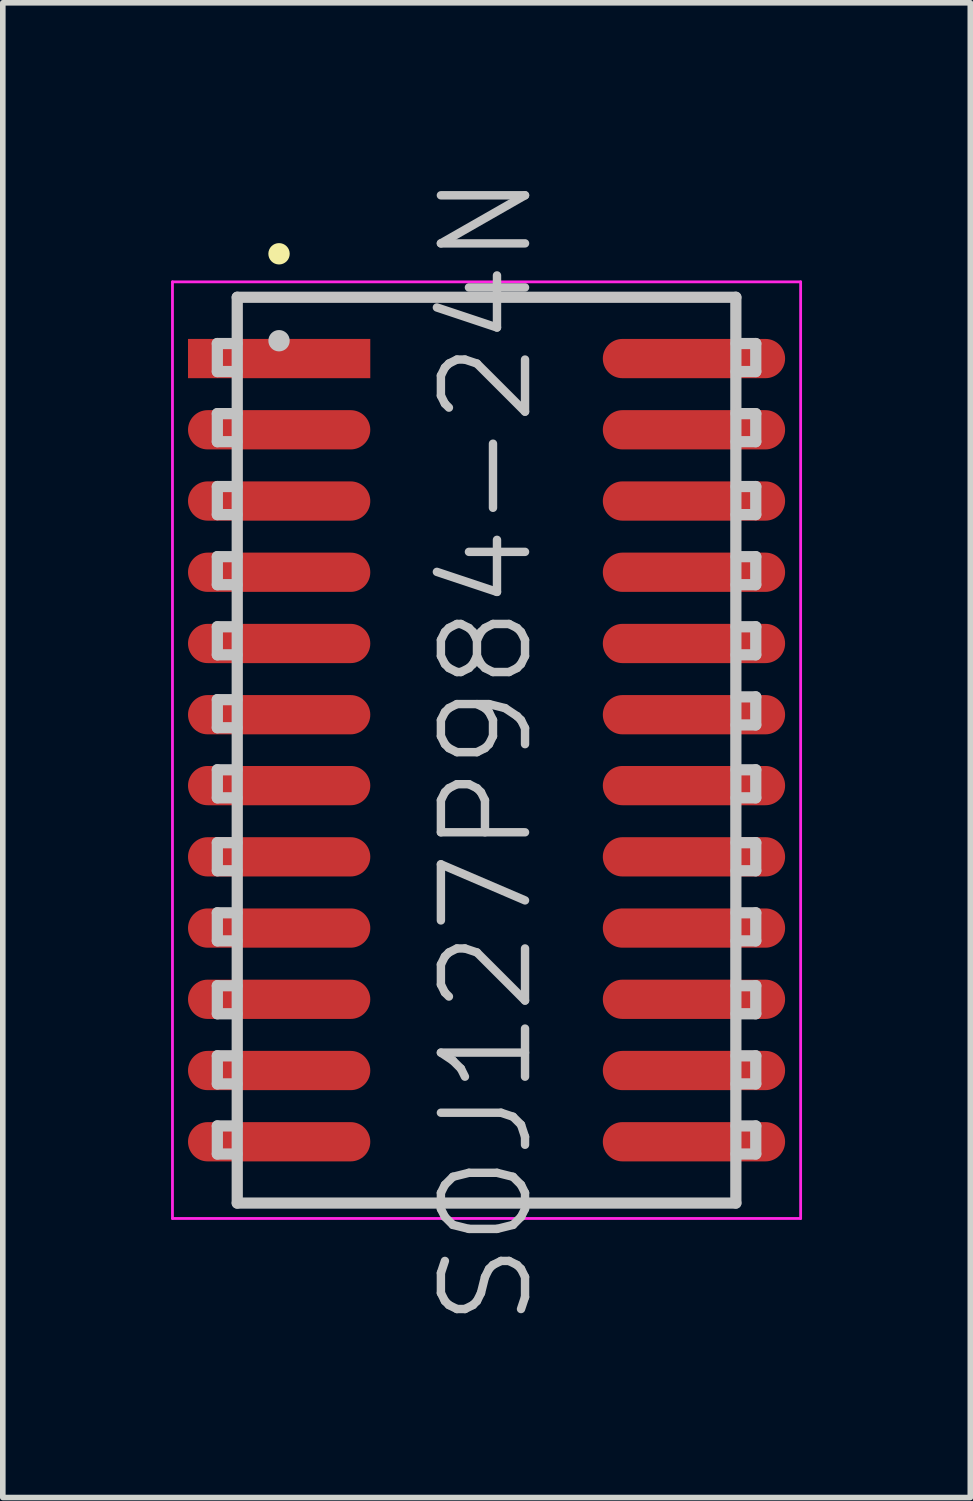
<source format=kicad_pcb>
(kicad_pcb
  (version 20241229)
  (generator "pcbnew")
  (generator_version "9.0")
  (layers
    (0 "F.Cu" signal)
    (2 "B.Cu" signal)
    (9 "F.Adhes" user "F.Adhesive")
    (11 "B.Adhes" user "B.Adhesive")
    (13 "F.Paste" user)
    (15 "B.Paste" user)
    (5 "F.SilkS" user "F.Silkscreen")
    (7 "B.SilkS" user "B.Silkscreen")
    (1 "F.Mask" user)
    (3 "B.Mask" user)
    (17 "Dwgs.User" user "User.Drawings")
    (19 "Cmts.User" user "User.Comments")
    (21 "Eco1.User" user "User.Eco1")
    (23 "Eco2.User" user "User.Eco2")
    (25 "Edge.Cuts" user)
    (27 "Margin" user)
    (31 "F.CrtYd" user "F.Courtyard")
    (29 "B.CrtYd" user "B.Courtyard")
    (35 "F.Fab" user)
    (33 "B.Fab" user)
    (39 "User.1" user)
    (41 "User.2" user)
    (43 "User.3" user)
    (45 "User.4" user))
  (footprint "SOJ127P984-24N"
    (layer "F.Cu")
    (at 5.625 10.325)
    (property "Reference" "SOJ127P984-24N" (at 0 0 90) (layer "Dwgs.User") (effects (font (size 1.5 1.5) (thickness 0.15))))
    (attr smd)
    (fp_line (start -3.7 -8.85) (end -3.7 -8.85) (stroke (width 0.381) (type solid)) (layer "F.SilkS"))
    (fp_line (start -4.8 -7.25) (end -4.8 -6.75) (stroke (width 0.2) (type solid)) (layer "Dwgs.User"))
    (fp_line (start -4.8 -6.75) (end -4.45 -6.75) (stroke (width 0.2) (type solid)) (layer "Dwgs.User"))
    (fp_line (start -4.8 -6) (end -4.8 -5.5) (stroke (width 0.2) (type solid)) (layer "Dwgs.User"))
    (fp_line (start -4.8 -5.5) (end -4.45 -5.5) (stroke (width 0.2) (type solid)) (layer "Dwgs.User"))
    (fp_line (start -4.8 -4.7) (end -4.8 -4.2) (stroke (width 0.2) (type solid)) (layer "Dwgs.User"))
    (fp_line (start -4.8 -4.2) (end -4.45 -4.2) (stroke (width 0.2) (type solid)) (layer "Dwgs.User"))
    (fp_line (start -4.8 -3.45) (end -4.8 -2.95) (stroke (width 0.2) (type solid)) (layer "Dwgs.User"))
    (fp_line (start -4.8 -2.95) (end -4.45 -2.95) (stroke (width 0.2) (type solid)) (layer "Dwgs.User"))
    (fp_line (start -4.8 -2.2) (end -4.8 -1.7) (stroke (width 0.2) (type solid)) (layer "Dwgs.User"))
    (fp_line (start -4.8 -1.7) (end -4.45 -1.7) (stroke (width 0.2) (type solid)) (layer "Dwgs.User"))
    (fp_line (start -4.8 -0.9) (end -4.8 -0.4) (stroke (width 0.2) (type solid)) (layer "Dwgs.User"))
    (fp_line (start -4.8 -0.4) (end -4.45 -0.4) (stroke (width 0.2) (type solid)) (layer "Dwgs.User"))
    (fp_line (start -4.8 0.35) (end -4.8 0.85) (stroke (width 0.2) (type solid)) (layer "Dwgs.User"))
    (fp_line (start -4.8 0.85) (end -4.45 0.85) (stroke (width 0.2) (type solid)) (layer "Dwgs.User"))
    (fp_line (start -4.8 1.65) (end -4.8 2.15) (stroke (width 0.2) (type solid)) (layer "Dwgs.User"))
    (fp_line (start -4.8 2.15) (end -4.45 2.15) (stroke (width 0.2) (type solid)) (layer "Dwgs.User"))
    (fp_line (start -4.8 2.9) (end -4.8 3.4) (stroke (width 0.2) (type solid)) (layer "Dwgs.User"))
    (fp_line (start -4.8 3.4) (end -4.45 3.4) (stroke (width 0.2) (type solid)) (layer "Dwgs.User"))
    (fp_line (start -4.8 4.2) (end -4.8 4.7) (stroke (width 0.2) (type solid)) (layer "Dwgs.User"))
    (fp_line (start -4.8 4.7) (end -4.45 4.7) (stroke (width 0.2) (type solid)) (layer "Dwgs.User"))
    (fp_line (start -4.8 5.45) (end -4.8 5.95) (stroke (width 0.2) (type solid)) (layer "Dwgs.User"))
    (fp_line (start -4.8 5.95) (end -4.45 5.95) (stroke (width 0.2) (type solid)) (layer "Dwgs.User"))
    (fp_line (start -4.8 6.7) (end -4.8 7.2) (stroke (width 0.2) (type solid)) (layer "Dwgs.User"))
    (fp_line (start -4.8 7.2) (end -4.45 7.2) (stroke (width 0.2) (type solid)) (layer "Dwgs.User"))
    (fp_line (start -4.45 -7.25) (end -4.8 -7.25) (stroke (width 0.2) (type solid)) (layer "Dwgs.User"))
    (fp_line (start -4.45 -6) (end -4.8 -6) (stroke (width 0.2) (type solid)) (layer "Dwgs.User"))
    (fp_line (start -4.45 -4.7) (end -4.8 -4.7) (stroke (width 0.2) (type solid)) (layer "Dwgs.User"))
    (fp_line (start -4.45 -3.45) (end -4.8 -3.45) (stroke (width 0.2) (type solid)) (layer "Dwgs.User"))
    (fp_line (start -4.45 -2.2) (end -4.8 -2.2) (stroke (width 0.2) (type solid)) (layer "Dwgs.User"))
    (fp_line (start -4.45 -0.9) (end -4.8 -0.9) (stroke (width 0.2) (type solid)) (layer "Dwgs.User"))
    (fp_line (start -4.45 0.35) (end -4.8 0.35) (stroke (width 0.2) (type solid)) (layer "Dwgs.User"))
    (fp_line (start -4.45 1.65) (end -4.8 1.65) (stroke (width 0.2) (type solid)) (layer "Dwgs.User"))
    (fp_line (start -4.45 2.9) (end -4.8 2.9) (stroke (width 0.2) (type solid)) (layer "Dwgs.User"))
    (fp_line (start -4.45 4.2) (end -4.8 4.2) (stroke (width 0.2) (type solid)) (layer "Dwgs.User"))
    (fp_line (start -4.45 5.45) (end -4.8 5.45) (stroke (width 0.2) (type solid)) (layer "Dwgs.User"))
    (fp_line (start -4.45 6.7) (end -4.8 6.7) (stroke (width 0.2) (type solid)) (layer "Dwgs.User"))
    (fp_line (start -4.445 -8.075) (end -4.445 8.075) (stroke (width 0.2) (type solid)) (layer "Dwgs.User"))
    (fp_line (start -4.445 -8.075) (end 4.445 -8.075) (stroke (width 0.2) (type solid)) (layer "Dwgs.User"))
    (fp_line (start -4.445 8.075) (end 4.445 8.075) (stroke (width 0.2) (type solid)) (layer "Dwgs.User"))
    (fp_line (start -3.7 -7.3) (end -3.7 -7.3) (stroke (width 0.381) (type solid)) (layer "Dwgs.User"))
    (fp_line (start 4.445 -8.075) (end 4.445 8.075) (stroke (width 0.2) (type solid)) (layer "Dwgs.User"))
    (fp_line (start 4.45 -7.25) (end 4.8 -7.25) (stroke (width 0.2) (type solid)) (layer "Dwgs.User"))
    (fp_line (start 4.45 -6) (end 4.8 -6) (stroke (width 0.2) (type solid)) (layer "Dwgs.User"))
    (fp_line (start 4.45 -4.7) (end 4.8 -4.7) (stroke (width 0.2) (type solid)) (layer "Dwgs.User"))
    (fp_line (start 4.45 -3.45) (end 4.8 -3.45) (stroke (width 0.2) (type solid)) (layer "Dwgs.User"))
    (fp_line (start 4.45 -2.2) (end 4.8 -2.2) (stroke (width 0.2) (type solid)) (layer "Dwgs.User"))
    (fp_line (start 4.45 -0.95) (end 4.8 -0.95) (stroke (width 0.2) (type solid)) (layer "Dwgs.User"))
    (fp_line (start 4.45 0.35) (end 4.8 0.35) (stroke (width 0.2) (type solid)) (layer "Dwgs.User"))
    (fp_line (start 4.45 1.65) (end 4.8 1.65) (stroke (width 0.2) (type solid)) (layer "Dwgs.User"))
    (fp_line (start 4.45 2.9) (end 4.8 2.9) (stroke (width 0.2) (type solid)) (layer "Dwgs.User"))
    (fp_line (start 4.45 4.2) (end 4.8 4.2) (stroke (width 0.2) (type solid)) (layer "Dwgs.User"))
    (fp_line (start 4.45 5.45) (end 4.8 5.45) (stroke (width 0.2) (type solid)) (layer "Dwgs.User"))
    (fp_line (start 4.45 6.7) (end 4.8 6.7) (stroke (width 0.2) (type solid)) (layer "Dwgs.User"))
    (fp_line (start 4.8 -7.25) (end 4.8 -6.75) (stroke (width 0.2) (type solid)) (layer "Dwgs.User"))
    (fp_line (start 4.8 -6.75) (end 4.45 -6.75) (stroke (width 0.2) (type solid)) (layer "Dwgs.User"))
    (fp_line (start 4.8 -6) (end 4.8 -5.5) (stroke (width 0.2) (type solid)) (layer "Dwgs.User"))
    (fp_line (start 4.8 -5.5) (end 4.45 -5.5) (stroke (width 0.2) (type solid)) (layer "Dwgs.User"))
    (fp_line (start 4.8 -4.7) (end 4.8 -4.2) (stroke (width 0.2) (type solid)) (layer "Dwgs.User"))
    (fp_line (start 4.8 -4.2) (end 4.45 -4.2) (stroke (width 0.2) (type solid)) (layer "Dwgs.User"))
    (fp_line (start 4.8 -3.45) (end 4.8 -2.95) (stroke (width 0.2) (type solid)) (layer "Dwgs.User"))
    (fp_line (start 4.8 -2.95) (end 4.45 -2.95) (stroke (width 0.2) (type solid)) (layer "Dwgs.User"))
    (fp_line (start 4.8 -2.2) (end 4.8 -1.7) (stroke (width 0.2) (type solid)) (layer "Dwgs.User"))
    (fp_line (start 4.8 -1.7) (end 4.45 -1.7) (stroke (width 0.2) (type solid)) (layer "Dwgs.User"))
    (fp_line (start 4.8 -0.95) (end 4.8 -0.45) (stroke (width 0.2) (type solid)) (layer "Dwgs.User"))
    (fp_line (start 4.8 -0.45) (end 4.45 -0.45) (stroke (width 0.2) (type solid)) (layer "Dwgs.User"))
    (fp_line (start 4.8 0.35) (end 4.8 0.85) (stroke (width 0.2) (type solid)) (layer "Dwgs.User"))
    (fp_line (start 4.8 0.85) (end 4.45 0.85) (stroke (width 0.2) (type solid)) (layer "Dwgs.User"))
    (fp_line (start 4.8 1.65) (end 4.8 2.15) (stroke (width 0.2) (type solid)) (layer "Dwgs.User"))
    (fp_line (start 4.8 2.15) (end 4.45 2.15) (stroke (width 0.2) (type solid)) (layer "Dwgs.User"))
    (fp_line (start 4.8 2.9) (end 4.8 3.4) (stroke (width 0.2) (type solid)) (layer "Dwgs.User"))
    (fp_line (start 4.8 3.4) (end 4.45 3.4) (stroke (width 0.2) (type solid)) (layer "Dwgs.User"))
    (fp_line (start 4.8 4.2) (end 4.8 4.7) (stroke (width 0.2) (type solid)) (layer "Dwgs.User"))
    (fp_line (start 4.8 4.7) (end 4.45 4.7) (stroke (width 0.2) (type solid)) (layer "Dwgs.User"))
    (fp_line (start 4.8 5.45) (end 4.8 5.95) (stroke (width 0.2) (type solid)) (layer "Dwgs.User"))
    (fp_line (start 4.8 5.95) (end 4.45 5.95) (stroke (width 0.2) (type solid)) (layer "Dwgs.User"))
    (fp_line (start 4.8 6.7) (end 4.8 7.2) (stroke (width 0.2) (type solid)) (layer "Dwgs.User"))
    (fp_line (start 4.8 7.2) (end 4.45 7.2) (stroke (width 0.2) (type solid)) (layer "Dwgs.User"))
    (fp_line (start -5.6 -8.35) (end -5.6 8.35) (stroke (width 0.05) (type solid)) (layer "F.CrtYd"))
    (fp_line (start -5.6 -8.35) (end 5.6 -8.35) (stroke (width 0.05) (type solid)) (layer "F.CrtYd"))
    (fp_line (start -5.6 8.35) (end 5.6 8.35) (stroke (width 0.05) (type solid)) (layer "F.CrtYd"))
    (fp_line (start 5.6 -8.35) (end 5.6 8.35) (stroke (width 0.05) (type solid)) (layer "F.CrtYd"))
    (pad "1" smd rect (at -3.698 -6.982 90) (size 0.7 3.25) (layers "F.Cu" "F.Mask" "F.Paste"))
    (pad "2" smd oval (at -3.698 -5.712 90) (size 0.7 3.25) (layers "F.Cu" "F.Mask" "F.Paste"))
    (pad "3" smd oval (at -3.698 -4.442 90) (size 0.7 3.25) (layers "F.Cu" "F.Mask" "F.Paste"))
    (pad "4" smd oval (at -3.698 -3.172 90) (size 0.7 3.25) (layers "F.Cu" "F.Mask" "F.Paste"))
    (pad "5" smd oval (at -3.698 -1.902 90) (size 0.7 3.25) (layers "F.Cu" "F.Mask" "F.Paste"))
    (pad "6" smd oval (at -3.698 -0.632 90) (size 0.7 3.25) (layers "F.Cu" "F.Mask" "F.Paste"))
    (pad "7" smd oval (at -3.698 0.632 90) (size 0.7 3.25) (layers "F.Cu" "F.Mask" "F.Paste"))
    (pad "8" smd oval (at -3.698 1.902 90) (size 0.7 3.25) (layers "F.Cu" "F.Mask" "F.Paste"))
    (pad "9" smd oval (at -3.698 3.172 90) (size 0.7 3.25) (layers "F.Cu" "F.Mask" "F.Paste"))
    (pad "10" smd oval (at -3.698 4.442 90) (size 0.7 3.25) (layers "F.Cu" "F.Mask" "F.Paste"))
    (pad "11" smd oval (at -3.698 5.712 90) (size 0.7 3.25) (layers "F.Cu" "F.Mask" "F.Paste"))
    (pad "12" smd oval (at -3.698 6.982 90) (size 0.7 3.25) (layers "F.Cu" "F.Mask" "F.Paste"))
    (pad "13" smd oval (at 3.698 6.982 270) (size 0.7 3.25) (layers "F.Cu" "F.Mask" "F.Paste"))
    (pad "14" smd oval (at 3.698 5.712 270) (size 0.7 3.25) (layers "F.Cu" "F.Mask" "F.Paste"))
    (pad "15" smd oval (at 3.698 4.442 270) (size 0.7 3.25) (layers "F.Cu" "F.Mask" "F.Paste"))
    (pad "16" smd oval (at 3.698 3.172 270) (size 0.7 3.25) (layers "F.Cu" "F.Mask" "F.Paste"))
    (pad "17" smd oval (at 3.698 1.902 270) (size 0.7 3.25) (layers "F.Cu" "F.Mask" "F.Paste"))
    (pad "18" smd oval (at 3.698 0.632 270) (size 0.7 3.25) (layers "F.Cu" "F.Mask" "F.Paste"))
    (pad "19" smd oval (at 3.698 -0.632 270) (size 0.7 3.25) (layers "F.Cu" "F.Mask" "F.Paste"))
    (pad "20" smd oval (at 3.698 -1.902 270) (size 0.7 3.25) (layers "F.Cu" "F.Mask" "F.Paste"))
    (pad "21" smd oval (at 3.698 -3.172 270) (size 0.7 3.25) (layers "F.Cu" "F.Mask" "F.Paste"))
    (pad "22" smd oval (at 3.698 -4.442 270) (size 0.7 3.25) (layers "F.Cu" "F.Mask" "F.Paste"))
    (pad "23" smd oval (at 3.698 -5.712 270) (size 0.7 3.25) (layers "F.Cu" "F.Mask" "F.Paste"))
    (pad "24" smd oval (at 3.698 -6.982 270) (size 0.7 3.25) (layers "F.Cu" "F.Mask" "F.Paste")))
  (gr_rect
    (start -3 -3)
    (end 14.25 23.65)
    (stroke (width 0.1) (type default))
    (fill no)
    (layer "Edge.Cuts")))
</source>
